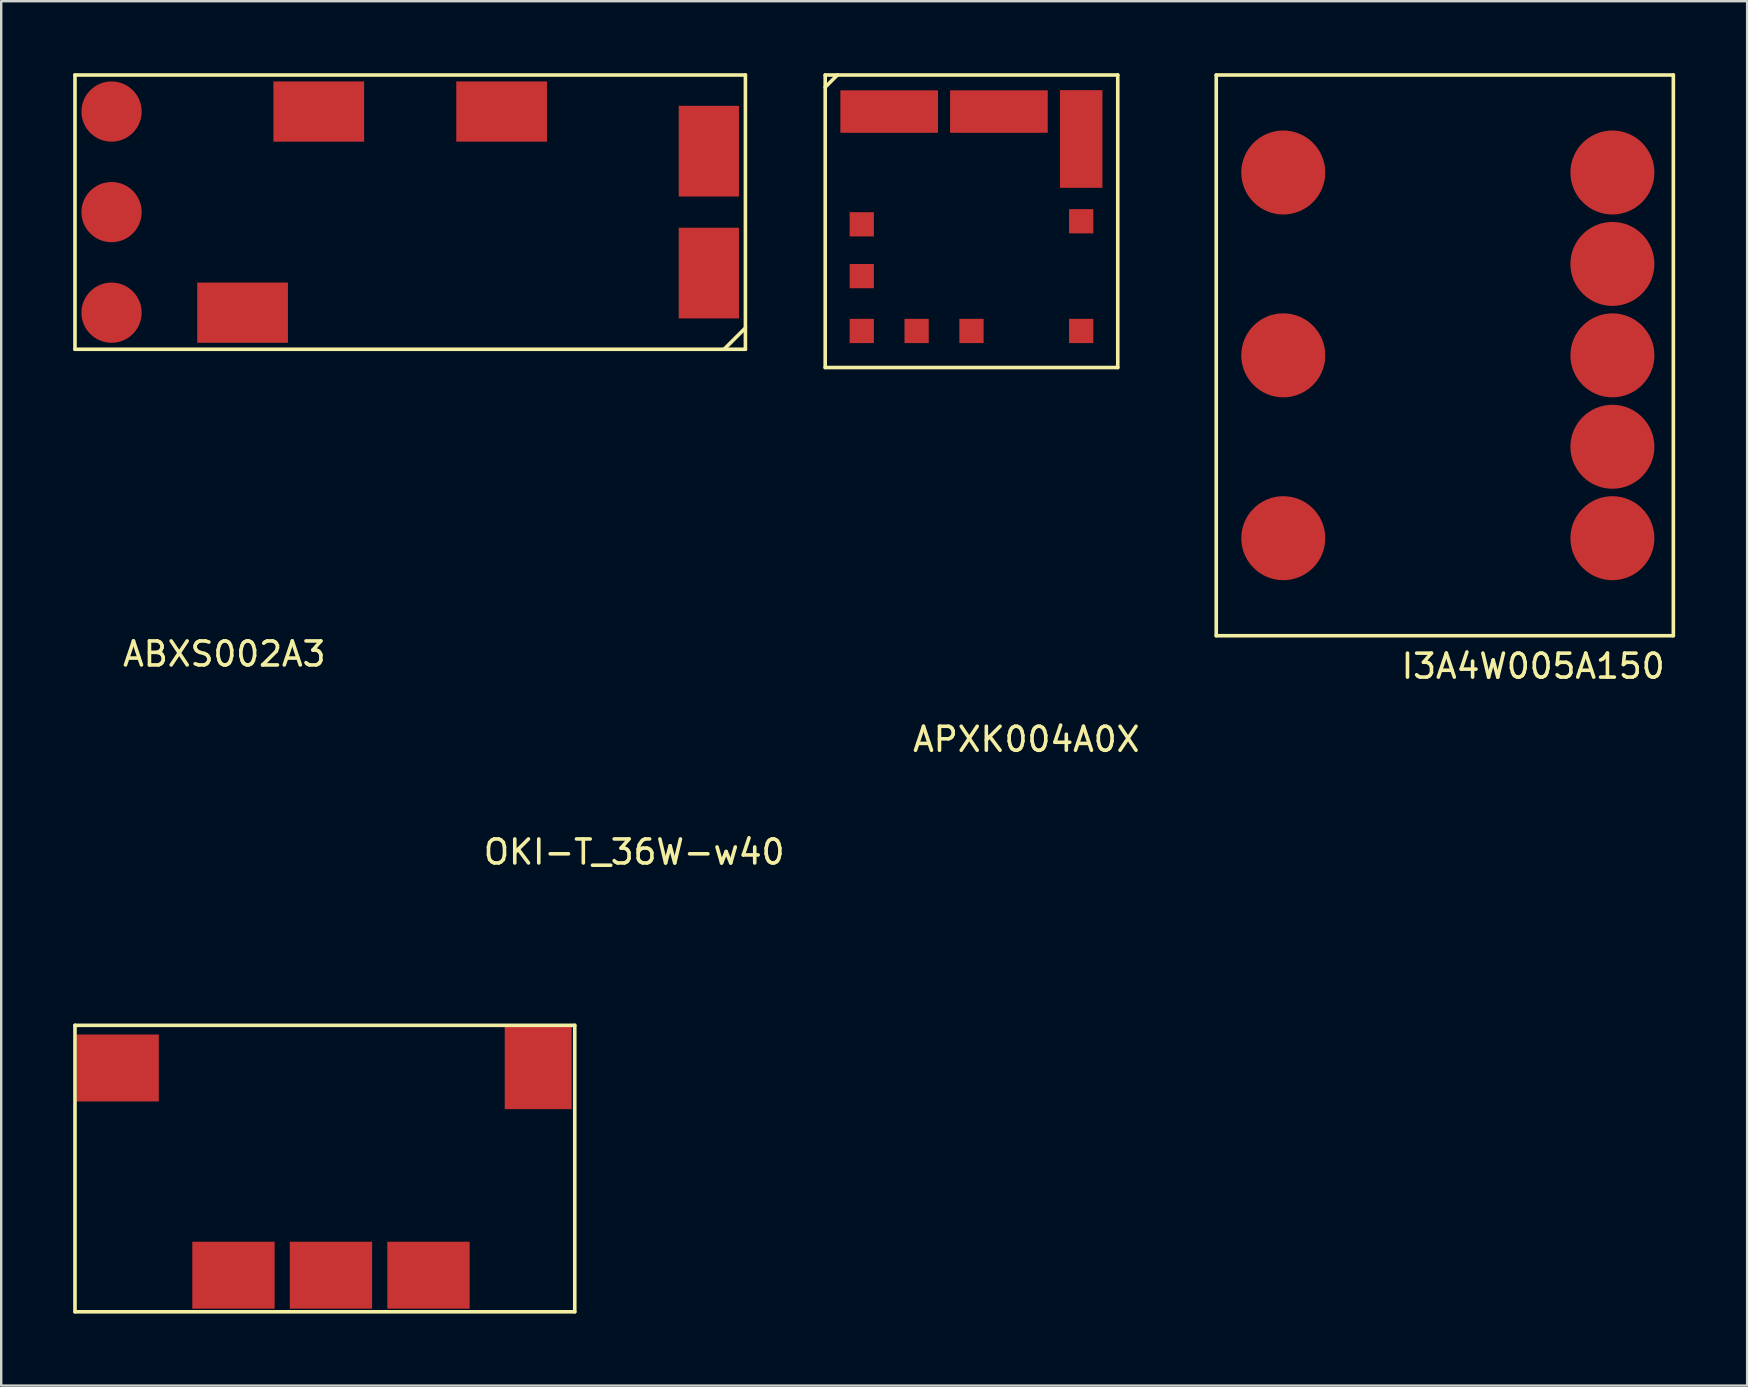
<source format=kicad_pcb>
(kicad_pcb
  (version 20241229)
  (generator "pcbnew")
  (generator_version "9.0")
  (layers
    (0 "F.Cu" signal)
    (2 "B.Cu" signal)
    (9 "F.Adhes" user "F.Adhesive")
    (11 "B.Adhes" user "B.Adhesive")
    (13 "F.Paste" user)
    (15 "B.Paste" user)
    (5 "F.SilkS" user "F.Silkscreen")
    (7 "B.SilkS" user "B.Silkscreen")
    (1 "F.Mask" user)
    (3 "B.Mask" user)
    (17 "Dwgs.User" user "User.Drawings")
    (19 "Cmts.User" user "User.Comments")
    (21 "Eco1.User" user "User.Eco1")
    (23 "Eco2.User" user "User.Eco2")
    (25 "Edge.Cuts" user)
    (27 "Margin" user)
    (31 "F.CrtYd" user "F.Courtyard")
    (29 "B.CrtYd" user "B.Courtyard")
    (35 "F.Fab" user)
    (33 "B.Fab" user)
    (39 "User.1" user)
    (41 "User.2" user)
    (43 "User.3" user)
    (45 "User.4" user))
  (footprint "ABXS002A3"
    (layer "F.Cu")
    (at 1.599 9.981)
    (property "Reference" "ABXS002A3" (at 4.699 14.224 0) (layer "F.SilkS") (effects (font (size 1 1) (thickness 0.15))))
    (attr through_hole)
    (fp_line (start -1.524 -9.906) (end 26.416 -9.906) (stroke (width 0.15) (type solid)) (layer "F.SilkS"))
    (fp_line (start -1.524 1.524) (end -1.524 -9.906) (stroke (width 0.15) (type solid)) (layer "F.SilkS"))
    (fp_line (start 25.527 1.524) (end 26.416 0.635) (stroke (width 0.15) (type solid)) (layer "F.SilkS"))
    (fp_line (start 26.416 -9.906) (end 26.416 1.524) (stroke (width 0.15) (type solid)) (layer "F.SilkS"))
    (fp_line (start 26.416 1.524) (end -1.524 1.524) (stroke (width 0.15) (type solid)) (layer "F.SilkS"))
    (pad "1" smd rect (at 8.636 -8.382 180) (size 3.78 2.51) (layers "F.Cu" "F.Mask" "F.Paste"))
    (pad "2" smd rect (at 16.256 -8.382 180) (size 3.78 2.51) (layers "F.Cu" "F.Mask" "F.Paste"))
    (pad "3" smd rect (at 24.892 -6.731 270) (size 3.78 2.51) (layers "F.Cu" "F.Mask" "F.Paste"))
    (pad "4" smd rect (at 24.892 -1.651 270) (size 3.78 2.51) (layers "F.Cu" "F.Mask" "F.Paste"))
    (pad "5" smd rect (at 5.461 0 180) (size 3.78 2.51) (layers "F.Cu" "F.Mask" "F.Paste"))
    (pad "6" smd circle (at 0 0 180) (size 2.51 2.51) (layers "F.Cu" "F.Mask" "F.Paste"))
    (pad "7" smd circle (at 0 -4.191 180) (size 2.51 2.51) (layers "F.Cu" "F.Mask" "F.Paste"))
    (pad "8" smd circle (at 0 -8.382 180) (size 2.51 2.51) (layers "F.Cu" "F.Mask" "F.Paste")))
  (footprint "OKI-T_36W-w40"
    (layer "F.Cu")
    (at 19.379 41.458)
    (property "Reference" "OKI-T_36W-w40" (at 4 -9 0) (layer "F.SilkS") (effects (font (size 1 1) (thickness 0.15))))
    (attr through_hole)
    (fp_line (start -19.304 -1.778) (end -19.304 10.16) (stroke (width 0.15) (type solid)) (layer "F.SilkS"))
    (fp_line (start 1.524 -1.778) (end -19.304 -1.778) (stroke (width 0.15) (type solid)) (layer "F.SilkS"))
    (fp_line (start 1.524 -1.778) (end 1.524 10.16) (stroke (width 0.15) (type solid)) (layer "F.SilkS"))
    (fp_line (start 1.524 10.16) (end -19.304 10.16) (stroke (width 0.15) (type solid)) (layer "F.SilkS"))
    (pad "1" smd rect (at 0 0 90) (size 3.43 2.79) (layers "F.Cu" "F.Mask" "F.Paste"))
    (pad "2" smd rect (at -17.526 0 180) (size 3.43 2.79) (layers "F.Cu" "F.Mask" "F.Paste"))
    (pad "3" smd rect (at -12.7 8.636 180) (size 3.43 2.79) (layers "F.Cu" "F.Mask" "F.Paste"))
    (pad "4" smd rect (at -8.636 8.636 180) (size 3.43 2.79) (layers "F.Cu" "F.Mask" "F.Paste"))
    (pad "5" smd rect (at -4.572 8.636 180) (size 3.43 2.79) (layers "F.Cu" "F.Mask" "F.Paste")))
  (footprint "I3A4W005A150"
    (layer "F.Cu")
    (at 50.43 4.139)
    (property "Reference" "I3A4W005A150" (at 10.414 20.574 0) (layer "F.SilkS") (effects (font (size 1 1) (thickness 0.15))))
    (attr through_hole)
    (fp_line (start -2.794 -4.064) (end -2.794 19.304) (stroke (width 0.15) (type solid)) (layer "F.SilkS"))
    (fp_line (start -2.794 19.304) (end 16.256 19.304) (stroke (width 0.15) (type solid)) (layer "F.SilkS"))
    (fp_line (start 16.256 -4.064) (end -2.794 -4.064) (stroke (width 0.15) (type solid)) (layer "F.SilkS"))
    (fp_line (start 16.256 19.304) (end 16.256 -4.064) (stroke (width 0.15) (type solid)) (layer "F.SilkS"))
    (pad "1" smd circle (at 0 0 180) (size 3.5 3.5) (layers "F.Cu" "F.Mask" "F.Paste"))
    (pad "2" smd circle (at 0 7.62 180) (size 3.5 3.5) (layers "F.Cu" "F.Mask" "F.Paste"))
    (pad "3" smd circle (at 0 15.24 180) (size 3.5 3.5) (layers "F.Cu" "F.Mask" "F.Paste"))
    (pad "4" smd circle (at 13.716 15.24 180) (size 3.5 3.5) (layers "F.Cu" "F.Mask" "F.Paste"))
    (pad "5" smd circle (at 13.716 11.43 180) (size 3.5 3.5) (layers "F.Cu" "F.Mask" "F.Paste"))
    (pad "6" smd circle (at 13.716 7.62 180) (size 3.5 3.5) (layers "F.Cu" "F.Mask" "F.Paste"))
    (pad "7" smd circle (at 13.716 3.81 180) (size 3.5 3.5) (layers "F.Cu" "F.Mask" "F.Paste"))
    (pad "8" smd circle (at 13.716 0 180) (size 3.5 3.5) (layers "F.Cu" "F.Mask" "F.Paste")))
  (footprint "APXK004A0X"
    (layer "F.Cu")
    (at 31.34 12.267)
    (property "Reference" "APXK004A0X" (at 8.382 15.494 0) (layer "F.SilkS") (effects (font (size 1 1) (thickness 0.15))))
    (attr through_hole)
    (fp_line (start 0 -12.192) (end 0 0) (stroke (width 0.15) (type solid)) (layer "F.SilkS"))
    (fp_line (start 0 0) (end 12.192 0) (stroke (width 0.15) (type solid)) (layer "F.SilkS"))
    (fp_line (start 0.508 -12.192) (end 0 -11.684) (stroke (width 0.15) (type solid)) (layer "F.SilkS"))
    (fp_line (start 12.192 -12.192) (end 0 -12.192) (stroke (width 0.15) (type solid)) (layer "F.SilkS"))
    (fp_line (start 12.192 0) (end 12.192 -12.192) (stroke (width 0.15) (type solid)) (layer "F.SilkS"))
    (pad "1" smd rect (at 1.524 -5.969 180) (size 1.01 1.01) (layers "F.Cu" "F.Mask" "F.Paste"))
    (pad "2" smd rect (at 2.667 -10.668 180) (size 4.07 1.77) (layers "F.Cu" "F.Mask" "F.Paste"))
    (pad "3" smd rect (at 7.239 -10.668 180) (size 4.07 1.77) (layers "F.Cu" "F.Mask" "F.Paste"))
    (pad "4" smd rect (at 10.668 -9.525 180) (size 1.77 4.07) (layers "F.Cu" "F.Mask" "F.Paste"))
    (pad "5" smd rect (at 10.668 -6.096 180) (size 1.01 1.01) (layers "F.Cu" "F.Mask" "F.Paste"))
    (pad "6" smd rect (at 10.668 -1.524 180) (size 1.01 1.01) (layers "F.Cu" "F.Mask" "F.Paste"))
    (pad "7" smd rect (at 6.096 -1.524 180) (size 1.01 1.01) (layers "F.Cu" "F.Mask" "F.Paste"))
    (pad "8" smd rect (at 3.81 -1.524 180) (size 1.01 1.01) (layers "F.Cu" "F.Mask" "F.Paste"))
    (pad "9" smd rect (at 1.524 -1.524 180) (size 1.01 1.01) (layers "F.Cu" "F.Mask" "F.Paste"))
    (pad "10" smd rect (at 1.524 -3.81 180) (size 1.01 1.01) (layers "F.Cu" "F.Mask" "F.Paste")))
  (gr_rect
    (start -3 -3)
    (end 69.761 54.693)
    (stroke (width 0.1) (type default))
    (fill no)
    (layer "Edge.Cuts")))
</source>
